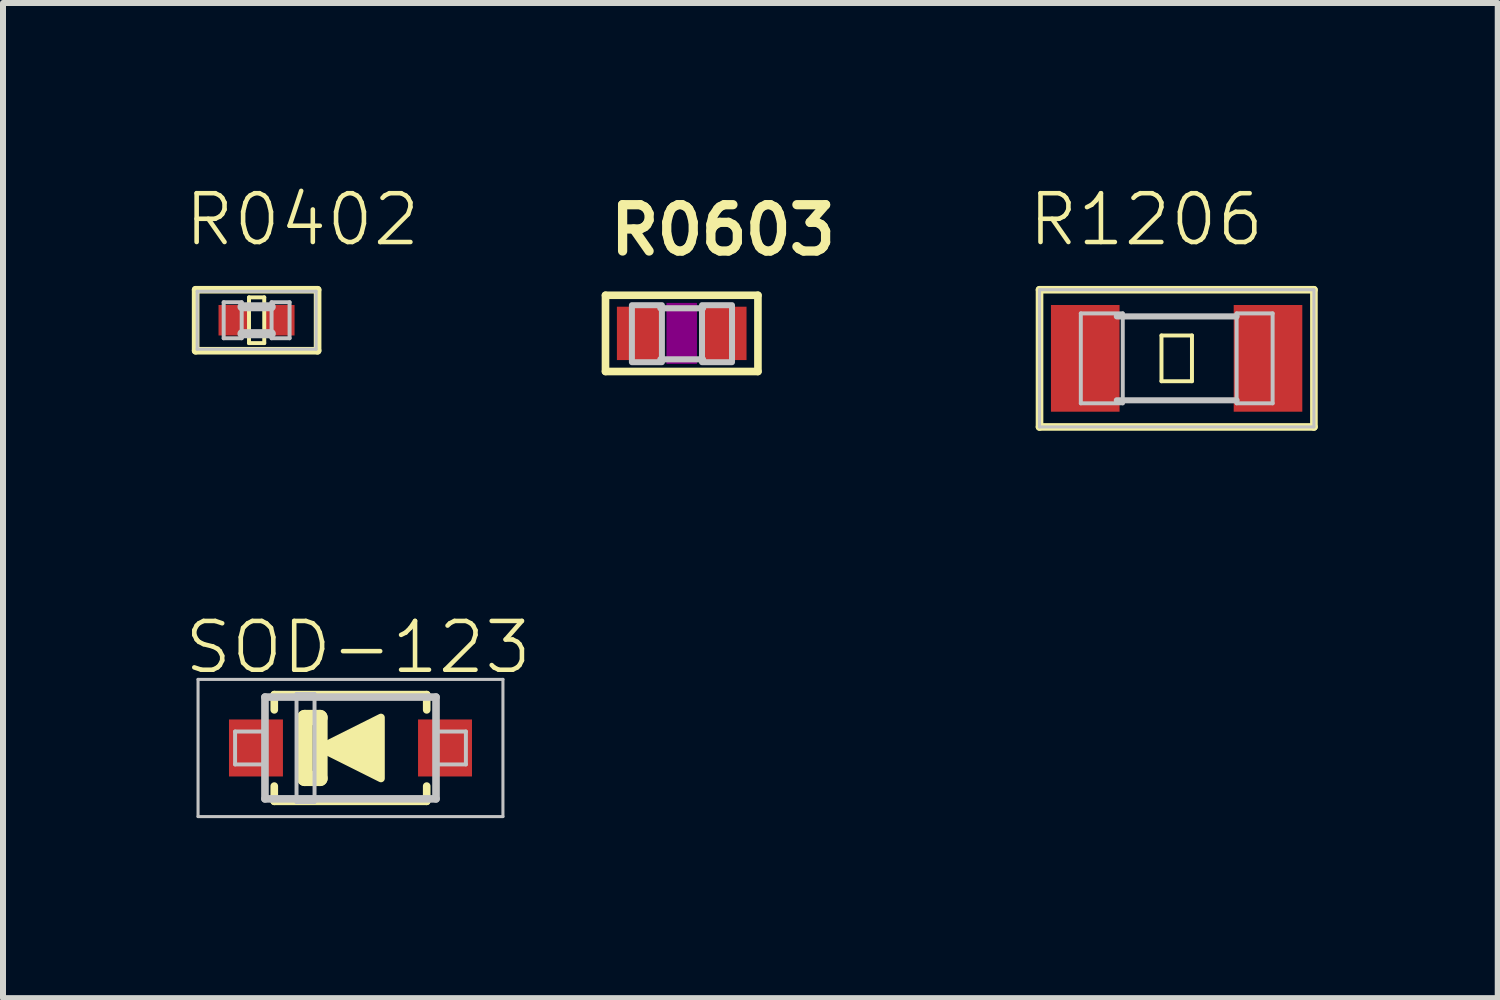
<source format=kicad_pcb>
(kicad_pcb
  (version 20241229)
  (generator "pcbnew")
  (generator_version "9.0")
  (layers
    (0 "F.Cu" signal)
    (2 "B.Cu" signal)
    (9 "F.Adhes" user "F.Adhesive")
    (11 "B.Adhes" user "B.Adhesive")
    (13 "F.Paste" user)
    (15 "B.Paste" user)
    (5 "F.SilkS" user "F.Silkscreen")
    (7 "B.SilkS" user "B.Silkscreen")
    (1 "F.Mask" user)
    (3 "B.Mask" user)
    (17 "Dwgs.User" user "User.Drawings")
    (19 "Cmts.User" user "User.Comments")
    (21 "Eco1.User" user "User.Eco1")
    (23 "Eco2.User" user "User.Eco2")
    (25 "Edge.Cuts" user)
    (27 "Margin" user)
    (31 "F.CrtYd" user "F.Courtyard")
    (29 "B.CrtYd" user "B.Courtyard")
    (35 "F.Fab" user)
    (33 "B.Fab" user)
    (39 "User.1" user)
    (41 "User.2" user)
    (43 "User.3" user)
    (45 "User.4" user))
  (footprint "R1206"
    (layer "F.Cu")
    (at 16.557 2.921)
    (property "Reference" "R1206" (at -0.508 -2.311 0) (layer "F.SilkS") (effects (font (size 0.813 0.813) (thickness 0.076))))
    (attr smd)
    (fp_line (start -2.286 -1.143) (end -2.286 1.143) (stroke (width 0.127) (type solid)) (layer "F.SilkS"))
    (fp_line (start -2.286 1.143) (end 2.286 1.143) (stroke (width 0.127) (type solid)) (layer "F.SilkS"))
    (fp_line (start -0.254 -0.381) (end 0.254 -0.381) (stroke (width 0.066) (type solid)) (layer "F.SilkS"))
    (fp_line (start -0.254 0.381) (end -0.254 -0.381) (stroke (width 0.066) (type solid)) (layer "F.SilkS"))
    (fp_line (start -0.254 0.381) (end 0.254 0.381) (stroke (width 0.066) (type solid)) (layer "F.SilkS"))
    (fp_line (start 0.254 0.381) (end 0.254 -0.381) (stroke (width 0.066) (type solid)) (layer "F.SilkS"))
    (fp_line (start 2.286 -1.143) (end -2.286 -1.143) (stroke (width 0.127) (type solid)) (layer "F.SilkS"))
    (fp_line (start 2.286 1.143) (end 2.286 -1.143) (stroke (width 0.127) (type solid)) (layer "F.SilkS"))
    (fp_line (start -2.286 -1.143) (end 2.286 -1.143) (stroke (width 0.051) (type solid)) (layer "Dwgs.User"))
    (fp_line (start -2.286 1.143) (end -2.286 -1.143) (stroke (width 0.051) (type solid)) (layer "Dwgs.User"))
    (fp_line (start -1.598 -0.749) (end -0.899 -0.749) (stroke (width 0.066) (type solid)) (layer "Dwgs.User"))
    (fp_line (start -1.598 0.749) (end -1.598 -0.749) (stroke (width 0.066) (type solid)) (layer "Dwgs.User"))
    (fp_line (start -1.598 0.749) (end -0.899 0.749) (stroke (width 0.066) (type solid)) (layer "Dwgs.User"))
    (fp_line (start -0.998 -0.699) (end 0.998 -0.699) (stroke (width 0.102) (type solid)) (layer "Dwgs.User"))
    (fp_line (start -0.998 0.699) (end 0.998 0.699) (stroke (width 0.102) (type solid)) (layer "Dwgs.User"))
    (fp_line (start -0.899 0.749) (end -0.899 -0.749) (stroke (width 0.066) (type solid)) (layer "Dwgs.User"))
    (fp_line (start 0.998 -0.749) (end 1.598 -0.749) (stroke (width 0.066) (type solid)) (layer "Dwgs.User"))
    (fp_line (start 0.998 0.749) (end 0.998 -0.749) (stroke (width 0.066) (type solid)) (layer "Dwgs.User"))
    (fp_line (start 0.998 0.749) (end 1.598 0.749) (stroke (width 0.066) (type solid)) (layer "Dwgs.User"))
    (fp_line (start 1.598 0.749) (end 1.598 -0.749) (stroke (width 0.066) (type solid)) (layer "Dwgs.User"))
    (fp_line (start 2.286 -1.143) (end 2.286 1.143) (stroke (width 0.051) (type solid)) (layer "Dwgs.User"))
    (fp_line (start 2.286 1.143) (end -2.286 1.143) (stroke (width 0.051) (type solid)) (layer "Dwgs.User"))
    (pad "1" smd rect (at -1.524 0) (size 1.143 1.778) (layers "F.Cu" "F.Mask" "F.Paste"))
    (pad "2" smd rect (at 1.521 0) (size 1.143 1.778) (layers "F.Cu" "F.Mask" "F.Paste")))
  (footprint "R0603"
    (layer "F.Cu")
    (at 8.309 2.505)
    (property "Reference" "R0603" (at -1.27 -1.27 0) (layer "F.SilkS") (effects (font (size 0.772 0.772) (thickness 0.154)) (justify left bottom)))
    (attr through_hole)
    (fp_line (start -1.27 -0.635) (end 1.27 -0.635) (stroke (width 0.127) (type solid)) (layer "F.SilkS"))
    (fp_line (start -1.27 0.635) (end -1.27 -0.635) (stroke (width 0.127) (type solid)) (layer "F.SilkS"))
    (fp_line (start 1.27 -0.635) (end 1.27 0.635) (stroke (width 0.127) (type solid)) (layer "F.SilkS"))
    (fp_line (start 1.27 0.635) (end -1.27 0.635) (stroke (width 0.127) (type solid)) (layer "F.SilkS"))
    (fp_poly (pts (xy -0.254 0.508) (xy 0.254 0.508) (xy 0.254 -0.508) (xy -0.254 -0.508)) (stroke (width 0) (type solid)) (fill yes) (layer "F.Adhes"))
    (fp_line (start 0.356 -0.419) (end -0.356 -0.419) (stroke (width 0.102) (type solid)) (layer "Dwgs.User"))
    (fp_line (start 0.356 0.432) (end -0.356 0.432) (stroke (width 0.102) (type solid)) (layer "Dwgs.User"))
    (fp_poly (pts (xy -0.83 0.48) (xy -0.33 0.48) (xy -0.33 -0.47) (xy -0.83 -0.47)) (stroke (width 0.1) (type solid)) (fill no) (layer "Dwgs.User"))
    (fp_poly (pts (xy 0.338 0.48) (xy 0.838 0.48) (xy 0.838 -0.47) (xy 0.338 -0.47)) (stroke (width 0.1) (type solid)) (fill no) (layer "Dwgs.User"))
    (pad "1" smd rect (at -0.699 0 90) (size 0.889 0.762) (layers "F.Cu" "F.Mask" "F.Paste"))
    (pad "2" smd rect (at 0.699 0 90) (size 0.889 0.762) (layers "F.Cu" "F.Mask" "F.Paste")))
  (footprint "SOD-123"
    (layer "F.Cu")
    (at 2.79 9.413)
    (property "Reference" "SOD-123" (at 0.127 -1.676 0) (layer "F.SilkS") (effects (font (size 0.813 0.813) (thickness 0.076))))
    (attr smd)
    (fp_line (start -1.27 -0.889) (end 1.27 -0.889) (stroke (width 0.127) (type solid)) (layer "F.SilkS"))
    (fp_line (start -1.27 -0.635) (end -1.27 -0.889) (stroke (width 0.127) (type solid)) (layer "F.SilkS"))
    (fp_line (start -1.27 0.889) (end -1.27 0.635) (stroke (width 0.127) (type solid)) (layer "F.SilkS"))
    (fp_line (start -0.762 -0.508) (end -0.508 -0.508) (stroke (width 0.254) (type solid)) (layer "F.SilkS"))
    (fp_line (start -0.762 0.508) (end -0.762 -0.508) (stroke (width 0.254) (type solid)) (layer "F.SilkS"))
    (fp_line (start -0.762 0.508) (end -0.508 0.508) (stroke (width 0.254) (type solid)) (layer "F.SilkS"))
    (fp_line (start -0.508 0.508) (end -0.508 -0.508) (stroke (width 0.254) (type solid)) (layer "F.SilkS"))
    (fp_line (start 1.27 -0.889) (end 1.27 -0.635) (stroke (width 0.127) (type solid)) (layer "F.SilkS"))
    (fp_line (start 1.27 0.889) (end -1.27 0.889) (stroke (width 0.127) (type solid)) (layer "F.SilkS"))
    (fp_line (start 1.27 0.889) (end 1.27 0.635) (stroke (width 0.127) (type solid)) (layer "F.SilkS"))
    (fp_poly (pts (xy 0.508 -0.508) (xy 0.508 0.508) (xy -0.508 0) (xy 0.508 -0.508)) (stroke (width 0.127) (type solid)) (fill yes) (layer "F.SilkS"))
    (fp_line (start -2.54 -1.143) (end 2.54 -1.143) (stroke (width 0.051) (type solid)) (layer "Dwgs.User"))
    (fp_line (start -2.54 1.143) (end -2.54 -1.143) (stroke (width 0.051) (type solid)) (layer "Dwgs.User"))
    (fp_line (start -1.923 -0.274) (end -1.425 -0.274) (stroke (width 0.066) (type solid)) (layer "Dwgs.User"))
    (fp_line (start -1.923 0.274) (end -1.923 -0.274) (stroke (width 0.066) (type solid)) (layer "Dwgs.User"))
    (fp_line (start -1.923 0.274) (end -1.425 0.274) (stroke (width 0.066) (type solid)) (layer "Dwgs.User"))
    (fp_line (start -1.425 -0.848) (end 1.425 -0.848) (stroke (width 0.127) (type solid)) (layer "Dwgs.User"))
    (fp_line (start -1.425 0.274) (end -1.425 -0.274) (stroke (width 0.066) (type solid)) (layer "Dwgs.User"))
    (fp_line (start -1.425 0.848) (end -1.425 -0.848) (stroke (width 0.127) (type solid)) (layer "Dwgs.User"))
    (fp_line (start -0.899 -0.899) (end -0.599 -0.899) (stroke (width 0.066) (type solid)) (layer "Dwgs.User"))
    (fp_line (start -0.899 0.899) (end -0.899 -0.899) (stroke (width 0.066) (type solid)) (layer "Dwgs.User"))
    (fp_line (start -0.899 0.899) (end -0.599 0.899) (stroke (width 0.066) (type solid)) (layer "Dwgs.User"))
    (fp_line (start -0.599 0.899) (end -0.599 -0.899) (stroke (width 0.066) (type solid)) (layer "Dwgs.User"))
    (fp_line (start 1.425 -0.848) (end 1.425 0.848) (stroke (width 0.127) (type solid)) (layer "Dwgs.User"))
    (fp_line (start 1.425 -0.274) (end 1.923 -0.274) (stroke (width 0.066) (type solid)) (layer "Dwgs.User"))
    (fp_line (start 1.425 0.274) (end 1.425 -0.274) (stroke (width 0.066) (type solid)) (layer "Dwgs.User"))
    (fp_line (start 1.425 0.274) (end 1.923 0.274) (stroke (width 0.066) (type solid)) (layer "Dwgs.User"))
    (fp_line (start 1.425 0.848) (end -1.425 0.848) (stroke (width 0.127) (type solid)) (layer "Dwgs.User"))
    (fp_line (start 1.923 0.274) (end 1.923 -0.274) (stroke (width 0.066) (type solid)) (layer "Dwgs.User"))
    (fp_line (start 2.54 -1.143) (end 2.54 1.143) (stroke (width 0.051) (type solid)) (layer "Dwgs.User"))
    (fp_line (start 2.54 1.143) (end -2.54 1.143) (stroke (width 0.051) (type solid)) (layer "Dwgs.User"))
    (pad "A" smd rect (at 1.575 0) (size 0.899 0.95) (layers "F.Cu" "F.Mask" "F.Paste"))
    (pad "C" smd rect (at -1.575 0 180) (size 0.899 0.95) (layers "F.Cu" "F.Mask" "F.Paste")))
  (footprint "R0402"
    (layer "F.Cu")
    (at 1.226 2.286)
    (property "Reference" "R0402" (at 0.762 -1.676 0) (layer "F.SilkS") (effects (font (size 0.813 0.813) (thickness 0.076))))
    (attr smd)
    (fp_line (start -1.016 -0.508) (end -1.016 0.508) (stroke (width 0.127) (type solid)) (layer "F.SilkS"))
    (fp_line (start -1.016 0.508) (end 1.016 0.508) (stroke (width 0.127) (type solid)) (layer "F.SilkS"))
    (fp_line (start -0.127 -0.381) (end 0.127 -0.381) (stroke (width 0.066) (type solid)) (layer "F.SilkS"))
    (fp_line (start -0.127 0.381) (end -0.127 -0.381) (stroke (width 0.066) (type solid)) (layer "F.SilkS"))
    (fp_line (start -0.127 0.381) (end 0.127 0.381) (stroke (width 0.066) (type solid)) (layer "F.SilkS"))
    (fp_line (start 0.127 0.381) (end 0.127 -0.381) (stroke (width 0.066) (type solid)) (layer "F.SilkS"))
    (fp_line (start 1.016 -0.508) (end -1.016 -0.508) (stroke (width 0.127) (type solid)) (layer "F.SilkS"))
    (fp_line (start 1.016 0.508) (end 1.016 -0.508) (stroke (width 0.127) (type solid)) (layer "F.SilkS"))
    (fp_line (start -0.991 -0.483) (end 0.991 -0.483) (stroke (width 0.051) (type solid)) (layer "Dwgs.User"))
    (fp_line (start -0.991 0.483) (end -0.991 -0.483) (stroke (width 0.051) (type solid)) (layer "Dwgs.User"))
    (fp_line (start -0.549 -0.3) (end -0.249 -0.3) (stroke (width 0.066) (type solid)) (layer "Dwgs.User"))
    (fp_line (start -0.549 0.3) (end -0.549 -0.3) (stroke (width 0.066) (type solid)) (layer "Dwgs.User"))
    (fp_line (start -0.549 0.3) (end -0.249 0.3) (stroke (width 0.066) (type solid)) (layer "Dwgs.User"))
    (fp_line (start -0.249 0.3) (end -0.249 -0.3) (stroke (width 0.066) (type solid)) (layer "Dwgs.User"))
    (fp_line (start -0.244 -0.224) (end 0.244 -0.224) (stroke (width 0.15) (type solid)) (layer "Dwgs.User"))
    (fp_line (start 0.244 0.224) (end -0.244 0.224) (stroke (width 0.152) (type solid)) (layer "Dwgs.User"))
    (fp_line (start 0.249 -0.3) (end 0.549 -0.3) (stroke (width 0.066) (type solid)) (layer "Dwgs.User"))
    (fp_line (start 0.249 0.3) (end 0.249 -0.3) (stroke (width 0.066) (type solid)) (layer "Dwgs.User"))
    (fp_line (start 0.249 0.3) (end 0.549 0.3) (stroke (width 0.066) (type solid)) (layer "Dwgs.User"))
    (fp_line (start 0.549 0.3) (end 0.549 -0.3) (stroke (width 0.066) (type solid)) (layer "Dwgs.User"))
    (fp_line (start 0.991 -0.483) (end 0.991 0.483) (stroke (width 0.051) (type solid)) (layer "Dwgs.User"))
    (fp_line (start 0.991 0.483) (end -0.991 0.483) (stroke (width 0.051) (type solid)) (layer "Dwgs.User"))
    (pad "1" smd rect (at -0.381 0) (size 0.508 0.508) (layers "F.Cu" "F.Mask" "F.Paste"))
    (pad "2" smd rect (at 0.378 0) (size 0.508 0.508) (layers "F.Cu" "F.Mask" "F.Paste")))
  (gr_rect
    (start -3 -3)
    (end 21.906 13.581)
    (stroke (width 0.1) (type default))
    (fill no)
    (layer "Edge.Cuts")))
</source>
